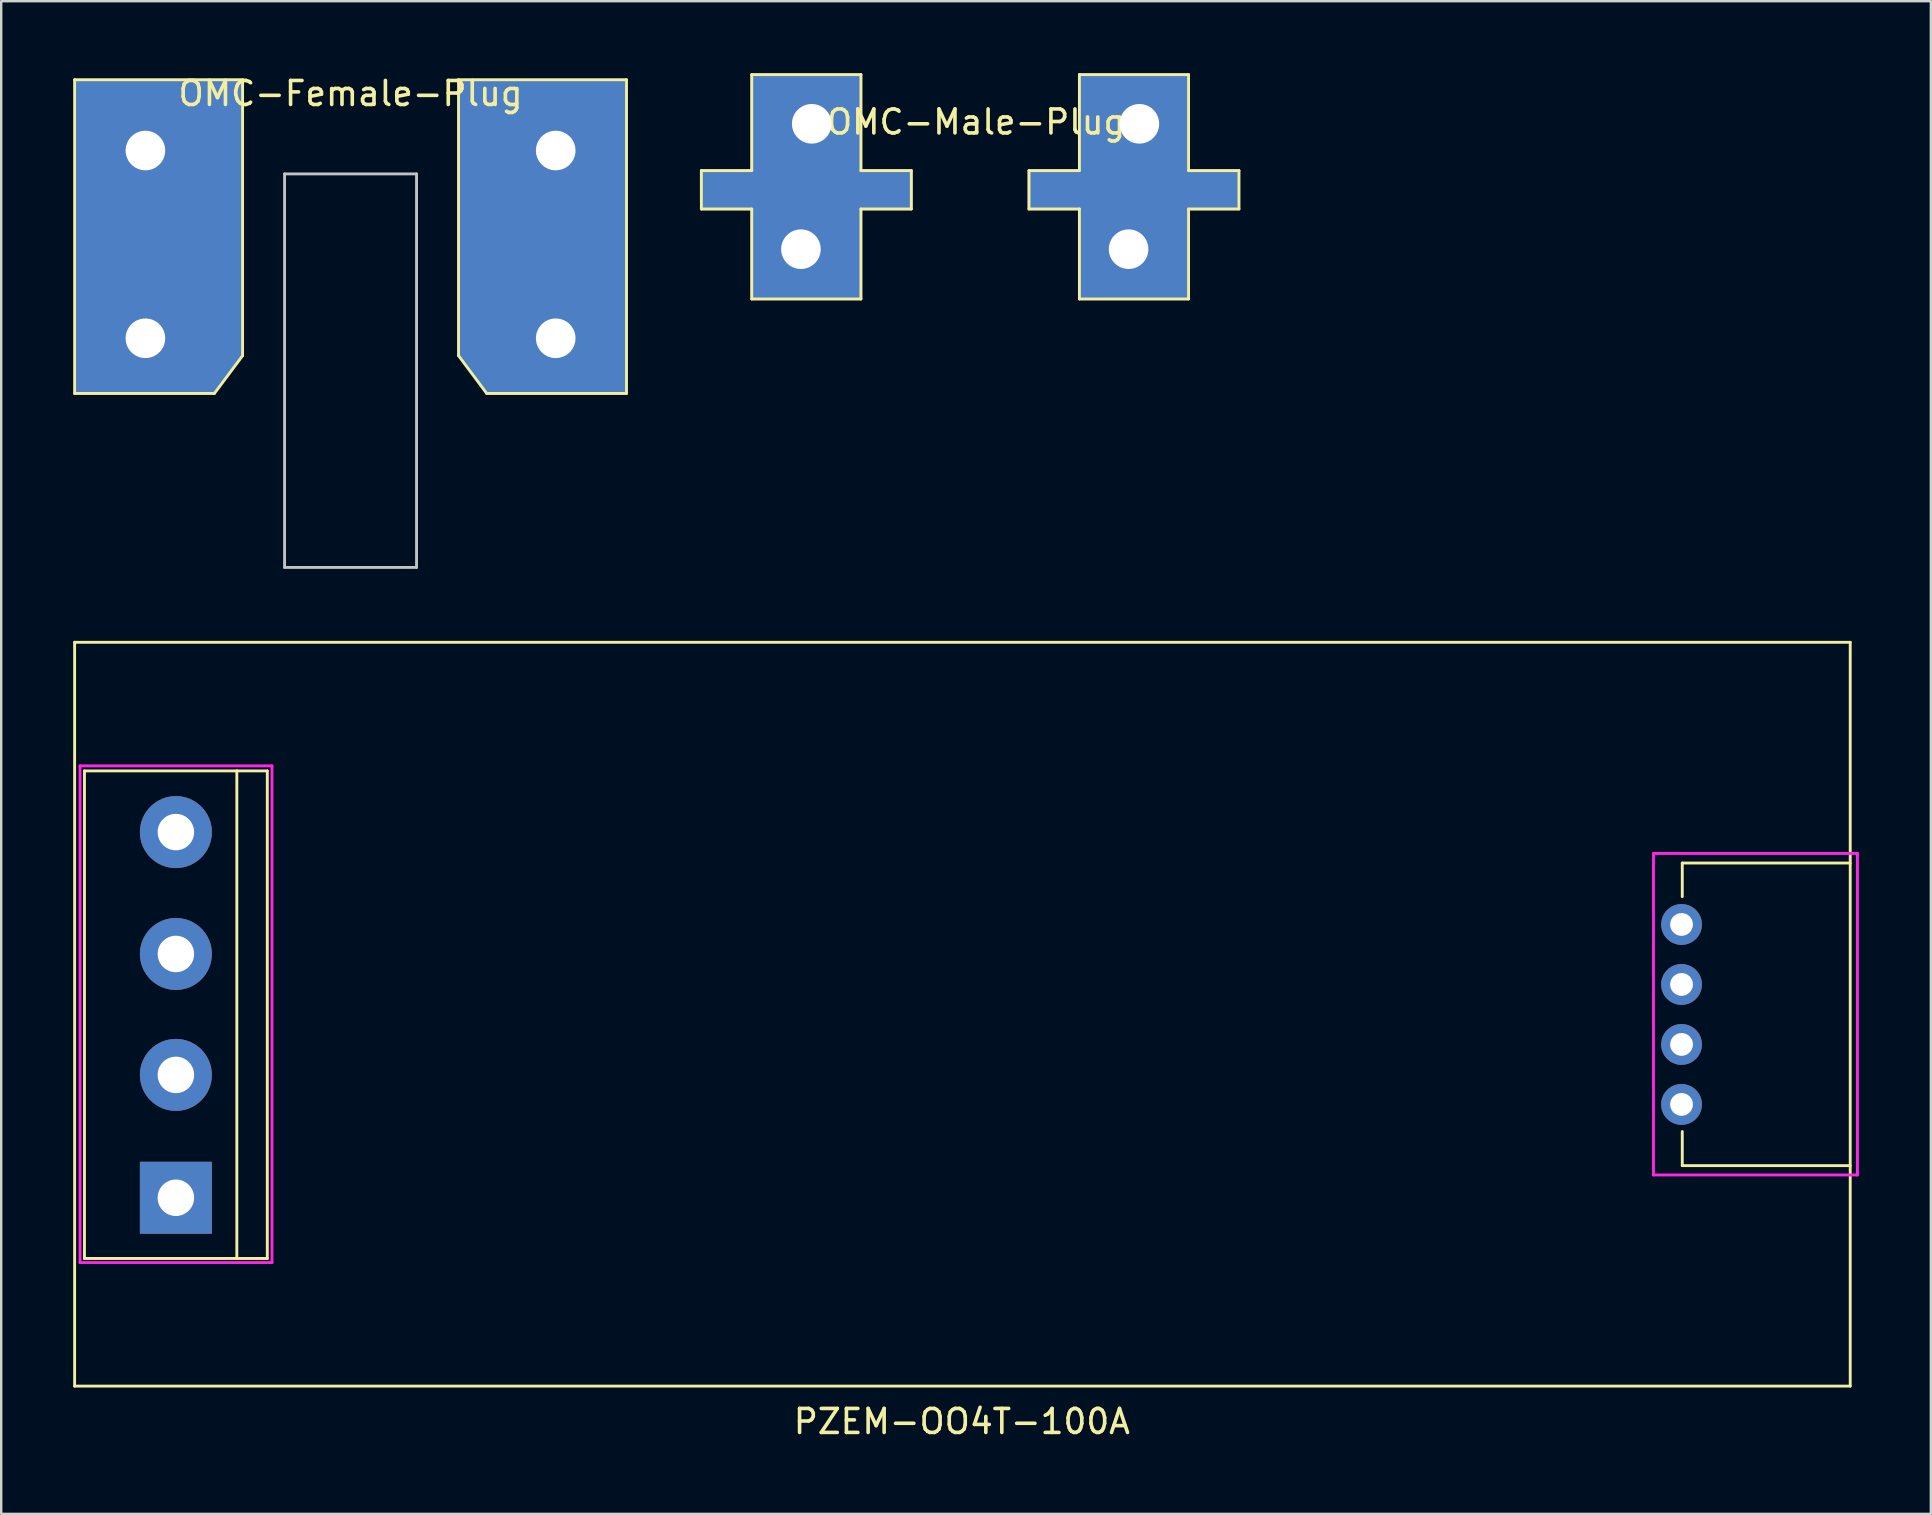
<source format=kicad_pcb>
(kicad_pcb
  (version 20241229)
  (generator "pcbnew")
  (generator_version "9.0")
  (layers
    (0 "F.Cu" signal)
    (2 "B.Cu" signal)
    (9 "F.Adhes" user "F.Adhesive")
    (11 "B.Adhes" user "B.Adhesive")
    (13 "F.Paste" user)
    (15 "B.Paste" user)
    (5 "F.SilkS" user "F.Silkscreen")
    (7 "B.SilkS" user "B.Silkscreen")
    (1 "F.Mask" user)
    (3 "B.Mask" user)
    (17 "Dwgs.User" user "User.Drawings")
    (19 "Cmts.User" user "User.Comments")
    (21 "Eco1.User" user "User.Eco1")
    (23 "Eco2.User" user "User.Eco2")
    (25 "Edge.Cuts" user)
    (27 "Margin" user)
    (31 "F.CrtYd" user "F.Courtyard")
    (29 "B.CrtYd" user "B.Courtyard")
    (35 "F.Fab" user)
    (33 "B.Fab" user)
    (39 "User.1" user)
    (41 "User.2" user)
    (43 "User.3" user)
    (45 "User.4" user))
  (footprint "PZEM-OO4T-100A"
    (layer "F.Cu")
    (at 37.06 39.218)
    (property "Reference" "PZEM-OO4T-100A" (at -0.025 16.975 0) (layer "F.SilkS") (effects (font (size 1 1) (thickness 0.15))))
    (attr through_hole)
    (fp_line (start -37 -15.5) (end 37 -15.5) (stroke (width 0.12) (type solid)) (layer "F.SilkS"))
    (fp_line (start -37 15.5) (end -37 -15.5) (stroke (width 0.12) (type solid)) (layer "F.SilkS"))
    (fp_line (start -36.59 -10.14) (end -36.59 10.18) (stroke (width 0.12) (type solid)) (layer "F.SilkS"))
    (fp_line (start -36.59 10.18) (end -30.24 10.18) (stroke (width 0.12) (type solid)) (layer "F.SilkS"))
    (fp_line (start -30.24 -10.14) (end -36.59 -10.14) (stroke (width 0.12) (type solid)) (layer "F.SilkS"))
    (fp_line (start -30.24 -10.14) (end -28.97 -10.14) (stroke (width 0.12) (type solid)) (layer "F.SilkS"))
    (fp_line (start -30.24 10.18) (end -30.24 -10.14) (stroke (width 0.12) (type solid)) (layer "F.SilkS"))
    (fp_line (start -28.97 -10.14) (end -28.97 10.18) (stroke (width 0.12) (type solid)) (layer "F.SilkS"))
    (fp_line (start -28.97 10.18) (end -30.24 10.18) (stroke (width 0.12) (type solid)) (layer "F.SilkS"))
    (fp_line (start 30 -6.3) (end 30 -4.9) (stroke (width 0.12) (type solid)) (layer "F.SilkS"))
    (fp_line (start 30 -6.3) (end 37 -6.3) (stroke (width 0.12) (type solid)) (layer "F.SilkS"))
    (fp_line (start 30 6.31) (end 30 4.89) (stroke (width 0.12) (type solid)) (layer "F.SilkS"))
    (fp_line (start 37 -15.5) (end 37 15.5) (stroke (width 0.12) (type solid)) (layer "F.SilkS"))
    (fp_line (start 37 6.31) (end 30 6.31) (stroke (width 0.12) (type solid)) (layer "F.SilkS"))
    (fp_line (start 37 15.5) (end -37 15.5) (stroke (width 0.12) (type solid)) (layer "F.SilkS"))
    (fp_line (start -36.775 -10.35) (end -36.775 10.35) (stroke (width 0.12) (type solid)) (layer "F.CrtYd"))
    (fp_line (start -36.775 10.35) (end -28.775 10.35) (stroke (width 0.12) (type solid)) (layer "F.CrtYd"))
    (fp_line (start -28.775 -10.35) (end -36.775 -10.35) (stroke (width 0.12) (type solid)) (layer "F.CrtYd"))
    (fp_line (start -28.775 10.35) (end -28.775 -10.35) (stroke (width 0.12) (type solid)) (layer "F.CrtYd"))
    (fp_line (start 28.8 -6.7) (end 37.3 -6.7) (stroke (width 0.12) (type solid)) (layer "F.CrtYd"))
    (fp_line (start 28.8 6.7) (end 28.8 -6.7) (stroke (width 0.12) (type solid)) (layer "F.CrtYd"))
    (fp_line (start 37.3 -6.7) (end 37.3 6.7) (stroke (width 0.12) (type solid)) (layer "F.CrtYd"))
    (fp_line (start 37.3 6.7) (end 28.8 6.7) (stroke (width 0.12) (type solid)) (layer "F.CrtYd"))
    (pad "1" thru_hole rect (at -32.78 7.65) (size 3 3) (drill 1.52) (layers "*.Cu" "*.Mask"))
    (pad "2" thru_hole oval (at -32.78 2.53) (size 3 3) (drill 1.52) (layers "*.Cu" "*.Mask"))
    (pad "3" thru_hole oval (at -32.78 -2.51) (size 3 3) (drill 1.52) (layers "*.Cu" "*.Mask"))
    (pad "4" thru_hole oval (at -32.78 -7.59) (size 3 3) (drill 1.52) (layers "*.Cu" "*.Mask"))
    (pad "5" thru_hole circle (at 29.97 3.76) (size 1.7 1.7) (drill 0.95) (layers "*.Cu" "*.Mask"))
    (pad "6" thru_hole circle (at 29.97 1.26) (size 1.7 1.7) (drill 0.95) (layers "*.Cu" "*.Mask"))
    (pad "7" thru_hole circle (at 29.97 -1.24) (size 1.7 1.7) (drill 0.95) (layers "*.Cu" "*.Mask"))
    (pad "8" thru_hole circle (at 29.97 -3.74) (size 1.7 1.7) (drill 0.95) (layers "*.Cu" "*.Mask")))
  (footprint "OMC-Female-Plug"
    (layer "F.Cu")
    (at 11.56 5.973)
    (property "Reference" "OMC-Female-Plug" (at 0 -5.125 0) (layer "F.SilkS") (effects (font (size 1 1) (thickness 0.15))))
    (attr through_hole)
    (fp_poly (pts (xy -4.55 5.775) (xy -5.7 7.325) (xy -11.45 7.325) (xy -11.45 -5.65) (xy -4.55 -5.65)) (stroke (width 0.1) (type solid)) (fill yes) (layer "F.Cu"))
    (fp_poly (pts (xy 11.45 7.325) (xy 5.7 7.325) (xy 4.55 5.8) (xy 4.55 -5.65) (xy 11.45 -5.65)) (stroke (width 0.1) (type solid)) (fill yes) (layer "F.Cu"))
    (fp_poly (pts (xy -4.575 5.775) (xy -5.725 7.325) (xy -11.475 7.325) (xy -11.475 -5.65) (xy -4.575 -5.65)) (stroke (width 0.1) (type solid)) (fill yes) (layer "F.Mask"))
    (fp_poly (pts (xy 11.45 7.325) (xy 5.7 7.325) (xy 4.55 5.8) (xy 4.55 -5.65) (xy 11.45 -5.65)) (stroke (width 0.1) (type solid)) (fill yes) (layer "F.Mask"))
    (fp_poly (pts (xy -4.575 5.775) (xy -5.725 7.325) (xy -11.475 7.325) (xy -11.475 -5.65) (xy -4.575 -5.65)) (stroke (width 0.1) (type solid)) (fill yes) (layer "B.Cu"))
    (fp_poly (pts (xy 11.425 7.3) (xy 5.675 7.3) (xy 4.525 5.775) (xy 4.525 -5.675) (xy 11.425 -5.675)) (stroke (width 0.1) (type solid)) (fill yes) (layer "B.Cu"))
    (fp_line (start -11.5 -5.7) (end -11.5 7.375) (stroke (width 0.12) (type solid)) (layer "F.SilkS"))
    (fp_line (start -11.5 -5.7) (end -4.5 -5.7) (stroke (width 0.12) (type solid)) (layer "F.SilkS"))
    (fp_line (start -5.675 7.375) (end -11.5 7.375) (stroke (width 0.12) (type solid)) (layer "F.SilkS"))
    (fp_line (start -4.5 -5.7) (end -4.5 5.8) (stroke (width 0.12) (type solid)) (layer "F.SilkS"))
    (fp_line (start -4.5 5.8) (end -5.675 7.375) (stroke (width 0.12) (type solid)) (layer "F.SilkS"))
    (fp_line (start 4.5 -5.7) (end 4.5 5.8) (stroke (width 0.12) (type solid)) (layer "F.SilkS"))
    (fp_line (start 4.5 5.8) (end 5.675 7.375) (stroke (width 0.12) (type solid)) (layer "F.SilkS"))
    (fp_line (start 5.675 7.375) (end 11.5 7.375) (stroke (width 0.12) (type solid)) (layer "F.SilkS"))
    (fp_line (start 11.5 -5.7) (end 4.5 -5.7) (stroke (width 0.12) (type solid)) (layer "F.SilkS"))
    (fp_line (start 11.5 -5.7) (end 11.5 7.375) (stroke (width 0.12) (type solid)) (layer "F.SilkS"))
    (fp_line (start -2.75 -1.775) (end 2.75 -1.775) (stroke (width 0.12) (type solid)) (layer "Dwgs.User"))
    (fp_line (start -2.75 14.625) (end -2.75 -1.775) (stroke (width 0.12) (type solid)) (layer "Dwgs.User"))
    (fp_line (start 2.75 -1.775) (end 2.75 14.625) (stroke (width 0.12) (type solid)) (layer "Dwgs.User"))
    (fp_line (start 2.75 14.625) (end -2.75 14.625) (stroke (width 0.12) (type solid)) (layer "Dwgs.User"))
    (pad "1" thru_hole circle (at -8.55 -2.75) (size 3.3 3.3) (drill 1.65) (layers "*.Cu" "*.Mask"))
    (pad "1" thru_hole circle (at -8.55 5.075) (size 3.3 3.3) (drill 1.65) (layers "*.Cu" "*.Mask"))
    (pad "2" thru_hole circle (at 8.55 -2.75) (size 3.3 3.3) (drill 1.65) (layers "*.Cu" "*.Mask"))
    (pad "2" thru_hole circle (at 8.55 5.075) (size 3.3 3.3) (drill 1.65) (layers "*.Cu" "*.Mask")))
  (footprint "OMC-Male-Plug"
    (layer "F.Cu")
    (at 30.505 5.035)
    (property "Reference" "OMC-Male-Plug" (at 7.125 -3 0) (layer "F.SilkS") (effects (font (size 1 1) (thickness 0.15))))
    (attr through_hole)
    (fp_poly (pts (xy 2.325 -0.975) (xy 4.425 -0.975) (xy 4.425 0.625) (xy 2.325 0.625) (xy 2.325 4.375) (xy -2.225 4.375) (xy -2.225 0.625) (xy -4.325 0.625) (xy -4.325 -0.975) (xy -2.225 -0.975) (xy -2.225 -4.975) (xy 2.325 -4.975)) (stroke (width 0.1) (type solid)) (fill yes) (layer "F.Cu"))
    (fp_poly (pts (xy 15.975 -0.975) (xy 18.075 -0.975) (xy 18.075 0.625) (xy 15.975 0.625) (xy 15.975 4.375) (xy 11.425 4.375) (xy 11.425 0.625) (xy 9.325 0.625) (xy 9.325 -0.975) (xy 11.425 -0.975) (xy 11.425 -4.975) (xy 15.975 -4.975)) (stroke (width 0.1) (type solid)) (fill yes) (layer "F.Cu"))
    (fp_poly (pts (xy 2.325 -0.975) (xy 4.425 -0.975) (xy 4.425 0.625) (xy 2.325 0.625) (xy 2.325 4.375) (xy -2.225 4.375) (xy -2.225 0.625) (xy -4.325 0.625) (xy -4.325 -0.975) (xy -2.225 -0.975) (xy -2.225 -4.975) (xy 2.325 -4.975)) (stroke (width 0.1) (type solid)) (fill yes) (layer "B.Cu"))
    (fp_poly (pts (xy 15.975 -0.975) (xy 18.075 -0.975) (xy 18.075 0.625) (xy 15.975 0.625) (xy 15.975 4.375) (xy 11.425 4.375) (xy 11.425 0.625) (xy 9.325 0.625) (xy 9.325 -0.975) (xy 11.425 -0.975) (xy 11.425 -4.975) (xy 15.975 -4.975)) (stroke (width 0.1) (type solid)) (fill yes) (layer "B.Cu"))
    (fp_poly (pts (xy 2.325 -0.975) (xy 4.425 -0.975) (xy 4.425 0.625) (xy 2.325 0.625) (xy 2.325 4.375) (xy -2.225 4.375) (xy -2.225 0.625) (xy -4.325 0.625) (xy -4.325 -0.975) (xy -2.225 -0.975) (xy -2.225 -4.975) (xy 2.325 -4.975)) (stroke (width 0.1) (type solid)) (fill yes) (layer "B.Mask"))
    (fp_poly (pts (xy 15.975 -0.975) (xy 18.075 -0.975) (xy 18.075 0.625) (xy 15.975 0.625) (xy 15.975 4.375) (xy 11.425 4.375) (xy 11.425 0.625) (xy 9.325 0.625) (xy 9.325 -0.975) (xy 11.425 -0.975) (xy 11.425 -4.975) (xy 15.975 -4.975)) (stroke (width 0.1) (type solid)) (fill yes) (layer "B.Mask"))
    (fp_line (start -4.325 -0.975) (end -4.325 0.625) (stroke (width 0.12) (type solid)) (layer "F.SilkS"))
    (fp_line (start -4.325 0.625) (end -2.225 0.625) (stroke (width 0.12) (type solid)) (layer "F.SilkS"))
    (fp_line (start -2.225 -4.975) (end -2.225 -0.975) (stroke (width 0.12) (type solid)) (layer "F.SilkS"))
    (fp_line (start -2.225 -0.975) (end -4.325 -0.975) (stroke (width 0.12) (type solid)) (layer "F.SilkS"))
    (fp_line (start -2.225 0.625) (end -2.225 4.375) (stroke (width 0.12) (type solid)) (layer "F.SilkS"))
    (fp_line (start 2.325 -4.975) (end -2.225 -4.975) (stroke (width 0.12) (type solid)) (layer "F.SilkS"))
    (fp_line (start 2.325 -4.975) (end 2.325 -0.975) (stroke (width 0.12) (type solid)) (layer "F.SilkS"))
    (fp_line (start 2.325 -0.975) (end 4.425 -0.975) (stroke (width 0.12) (type solid)) (layer "F.SilkS"))
    (fp_line (start 2.325 0.625) (end 2.325 4.375) (stroke (width 0.12) (type solid)) (layer "F.SilkS"))
    (fp_line (start 2.325 4.375) (end -2.225 4.375) (stroke (width 0.12) (type solid)) (layer "F.SilkS"))
    (fp_line (start 4.425 -0.975) (end 4.425 0.625) (stroke (width 0.12) (type solid)) (layer "F.SilkS"))
    (fp_line (start 4.425 0.625) (end 2.325 0.625) (stroke (width 0.12) (type solid)) (layer "F.SilkS"))
    (fp_line (start 9.33 -0.975) (end 9.33 0.625) (stroke (width 0.12) (type solid)) (layer "F.SilkS"))
    (fp_line (start 9.33 0.625) (end 11.43 0.625) (stroke (width 0.12) (type solid)) (layer "F.SilkS"))
    (fp_line (start 11.43 -4.975) (end 11.43 -0.975) (stroke (width 0.12) (type solid)) (layer "F.SilkS"))
    (fp_line (start 11.43 -0.975) (end 9.33 -0.975) (stroke (width 0.12) (type solid)) (layer "F.SilkS"))
    (fp_line (start 11.43 0.625) (end 11.43 4.375) (stroke (width 0.12) (type solid)) (layer "F.SilkS"))
    (fp_line (start 15.98 -4.975) (end 11.43 -4.975) (stroke (width 0.12) (type solid)) (layer "F.SilkS"))
    (fp_line (start 15.98 -4.975) (end 15.98 -0.975) (stroke (width 0.12) (type solid)) (layer "F.SilkS"))
    (fp_line (start 15.98 -0.975) (end 18.08 -0.975) (stroke (width 0.12) (type solid)) (layer "F.SilkS"))
    (fp_line (start 15.98 0.625) (end 15.98 4.375) (stroke (width 0.12) (type solid)) (layer "F.SilkS"))
    (fp_line (start 15.98 4.375) (end 11.43 4.375) (stroke (width 0.12) (type solid)) (layer "F.SilkS"))
    (fp_line (start 18.08 -0.975) (end 18.08 0.625) (stroke (width 0.12) (type solid)) (layer "F.SilkS"))
    (fp_line (start 18.08 0.625) (end 15.98 0.625) (stroke (width 0.12) (type solid)) (layer "F.SilkS"))
    (pad "1" thru_hole circle (at -0.175 2.3) (size 3.3 3.3) (drill 1.65) (layers "*.Cu" "*.Mask"))
    (pad "1" thru_hole circle (at 0.275 -2.925 270) (size 3.3 3.3) (drill 1.65) (layers "*.Cu" "*.Mask"))
    (pad "2" thru_hole circle (at 13.48 2.3) (size 3.3 3.3) (drill 1.65) (layers "*.Cu" "*.Mask"))
    (pad "2" thru_hole circle (at 13.93 -2.925 270) (size 3.3 3.3) (drill 1.65) (layers "*.Cu" "*.Mask")))
  (gr_rect
    (start -3 -3)
    (end 77.42 60.041)
    (stroke (width 0.1) (type default))
    (fill no)
    (layer "Edge.Cuts")))
</source>
